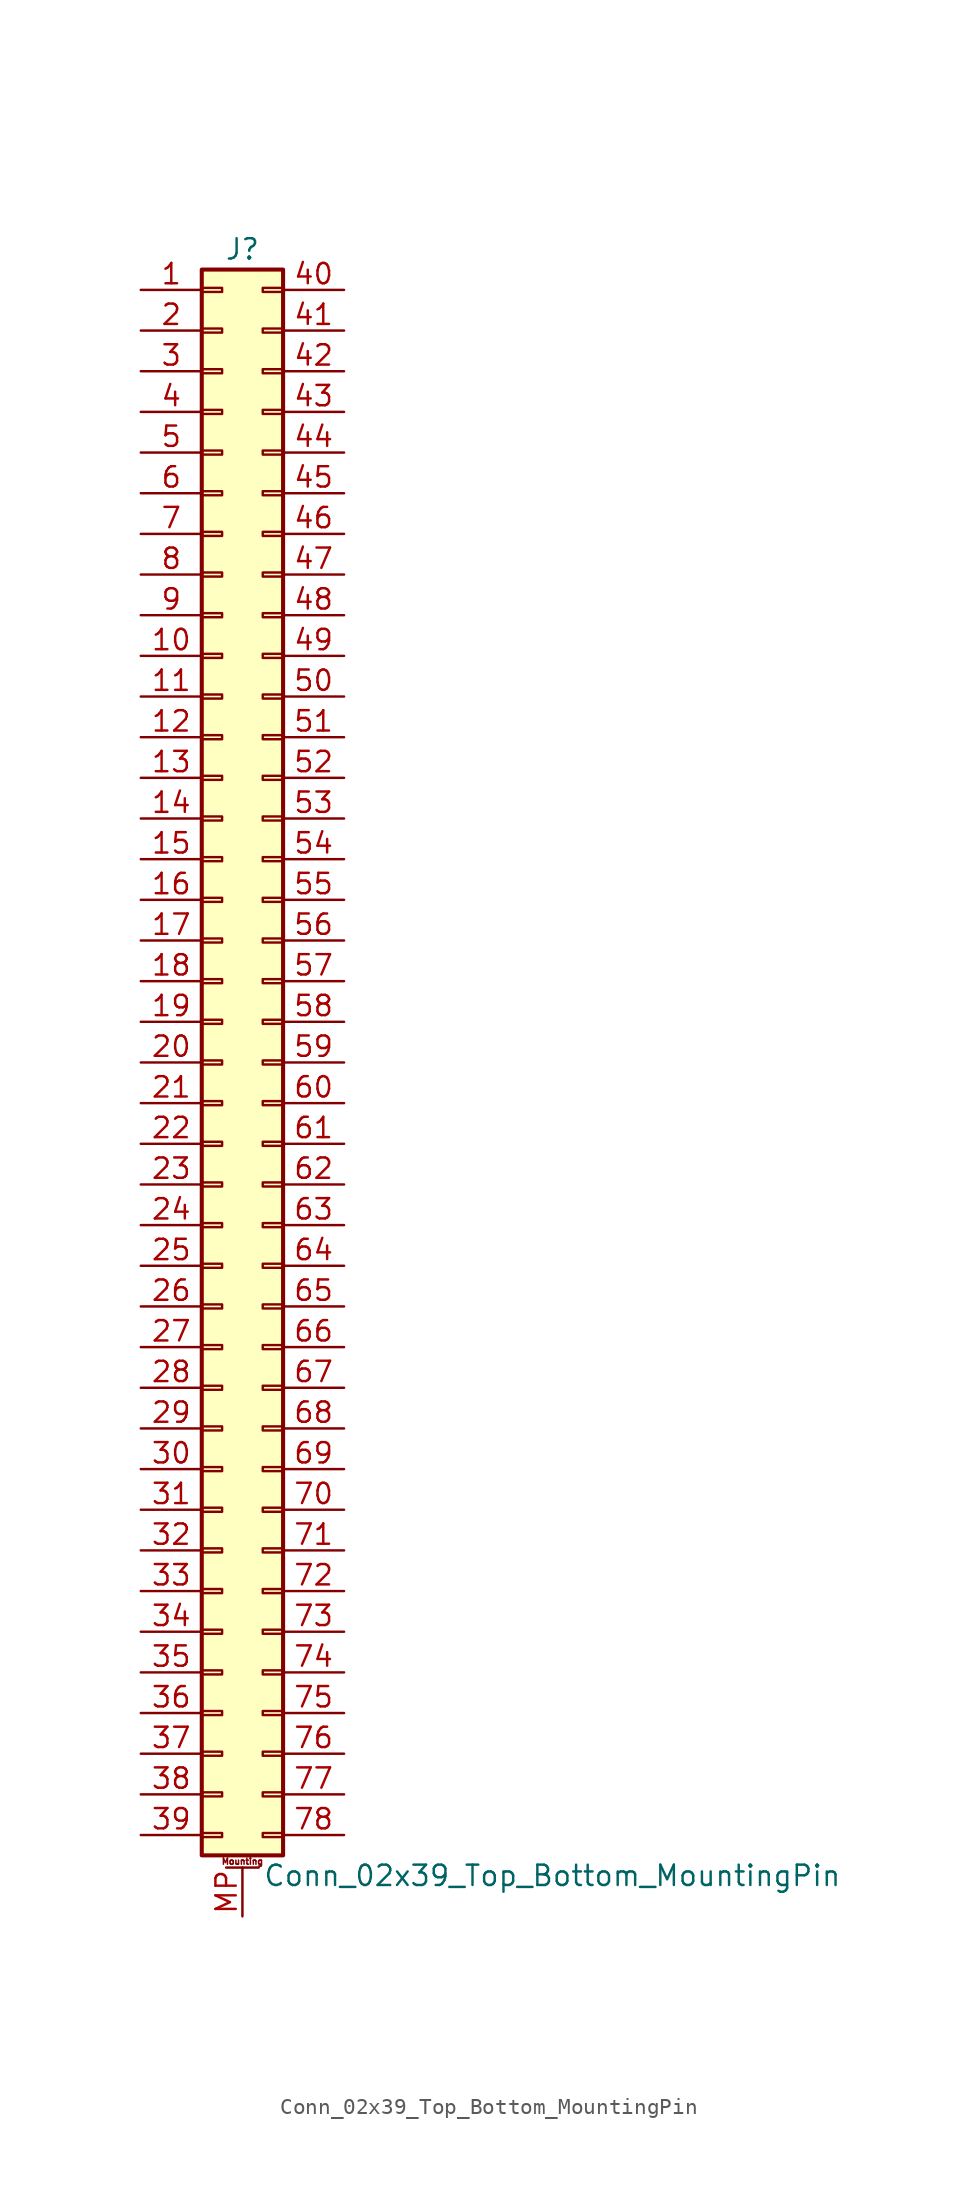
<source format=kicad_sym>
(kicad_symbol_lib
  (version 20201005)
  (generator kicad_symbol_editor)
  (symbol "Connector_Generic_MountingPin:Conn_02x39_Top_Bottom_MountingPin"
    (pin_names
      (offset 1.016) hide)
    (property "Reference" "J"
      (at 1.27 50.8 0)
      (effects (font (size 1.27 1.27))))
    (property "Value" "Conn_02x39_Top_Bottom_MountingPin"
      (at 2.54 -50.8 0)
      (effects (font (size 1.27 1.27)) (justify left)))
    (symbol "Conn_02x39_Top_Bottom_MountingPin_1_1"
      (text "Mounting" (at 1.27 -49.911 0) (effects (font (size 0.381 0.381))))
      (rectangle (start -1.27 -27.813) (end 0 -28.067) (stroke (width 0.152)) (fill (type none)))
      (rectangle (start -1.27 -30.353) (end 0 -30.607) (stroke (width 0.152)) (fill (type none)))
      (rectangle (start -1.27 -32.893) (end 0 -33.147) (stroke (width 0.152)) (fill (type none)))
      (rectangle (start -1.27 -35.433) (end 0 -35.687) (stroke (width 0.152)) (fill (type none)))
      (rectangle (start -1.27 -37.973) (end 0 -38.227) (stroke (width 0.152)) (fill (type none)))
      (rectangle (start -1.27 -40.513) (end 0 -40.767) (stroke (width 0.152)) (fill (type none)))
      (rectangle (start -1.27 -43.053) (end 0 -43.307) (stroke (width 0.152)) (fill (type none)))
      (rectangle (start -1.27 -45.593) (end 0 -45.847) (stroke (width 0.152)) (fill (type none)))
      (rectangle (start -1.27 -48.133) (end 0 -48.387) (stroke (width 0.152)) (fill (type none)))
      (rectangle (start -1.27 -4.953) (end 0 -5.207) (stroke (width 0.152)) (fill (type none)))
      (rectangle (start -1.27 -7.493) (end 0 -7.747) (stroke (width 0.152)) (fill (type none)))
      (rectangle (start -1.27 -10.033) (end 0 -10.287) (stroke (width 0.152)) (fill (type none)))
      (rectangle (start -1.27 -12.573) (end 0 -12.827) (stroke (width 0.152)) (fill (type none)))
      (rectangle (start -1.27 -15.113) (end 0 -15.367) (stroke (width 0.152)) (fill (type none)))
      (rectangle (start -1.27 -17.653) (end 0 -17.907) (stroke (width 0.152)) (fill (type none)))
      (rectangle (start -1.27 -20.193) (end 0 -20.447) (stroke (width 0.152)) (fill (type none)))
      (rectangle (start -1.27 -22.733) (end 0 -22.987) (stroke (width 0.152)) (fill (type none)))
      (rectangle (start -1.27 -2.413) (end 0 -2.667) (stroke (width 0.152)) (fill (type none)))
      (rectangle (start -1.27 -25.273) (end 0 -25.527) (stroke (width 0.152)) (fill (type none)))
      (rectangle (start -1.27 25.527) (end 0 25.273) (stroke (width 0.152)) (fill (type none)))
      (rectangle (start -1.27 2.667) (end 0 2.413) (stroke (width 0.152)) (fill (type none)))
      (rectangle (start -1.27 28.067) (end 0 27.813) (stroke (width 0.152)) (fill (type none)))
      (rectangle (start -1.27 30.607) (end 0 30.353) (stroke (width 0.152)) (fill (type none)))
      (rectangle (start -1.27 33.147) (end 0 32.893) (stroke (width 0.152)) (fill (type none)))
      (rectangle (start -1.27 35.687) (end 0 35.433) (stroke (width 0.152)) (fill (type none)))
      (rectangle (start -1.27 38.227) (end 0 37.973) (stroke (width 0.152)) (fill (type none)))
      (rectangle (start -1.27 40.767) (end 0 40.513) (stroke (width 0.152)) (fill (type none)))
      (rectangle (start -1.27 43.307) (end 0 43.053) (stroke (width 0.152)) (fill (type none)))
      (rectangle (start -1.27 45.847) (end 0 45.593) (stroke (width 0.152)) (fill (type none)))
      (rectangle (start -1.27 48.387) (end 0 48.133) (stroke (width 0.152)) (fill (type none)))
      (rectangle (start -1.27 49.53) (end 3.81 -49.53) (stroke (width 0.254)) (fill (type background)))
      (rectangle (start -1.27 5.207) (end 0 4.953) (stroke (width 0.152)) (fill (type none)))
      (rectangle (start -1.27 7.747) (end 0 7.493) (stroke (width 0.152)) (fill (type none)))
      (rectangle (start -1.27 10.287) (end 0 10.033) (stroke (width 0.152)) (fill (type none)))
      (rectangle (start -1.27 0.127) (end 0 -0.127) (stroke (width 0.152)) (fill (type none)))
      (rectangle (start -1.27 12.827) (end 0 12.573) (stroke (width 0.152)) (fill (type none)))
      (rectangle (start -1.27 15.367) (end 0 15.113) (stroke (width 0.152)) (fill (type none)))
      (rectangle (start -1.27 17.907) (end 0 17.653) (stroke (width 0.152)) (fill (type none)))
      (rectangle (start -1.27 20.447) (end 0 20.193) (stroke (width 0.152)) (fill (type none)))
      (rectangle (start -1.27 22.987) (end 0 22.733) (stroke (width 0.152)) (fill (type none)))
      (rectangle (start 3.81 -27.813) (end 2.54 -28.067) (stroke (width 0.152)) (fill (type none)))
      (rectangle (start 3.81 -30.353) (end 2.54 -30.607) (stroke (width 0.152)) (fill (type none)))
      (rectangle (start 3.81 -32.893) (end 2.54 -33.147) (stroke (width 0.152)) (fill (type none)))
      (rectangle (start 3.81 -35.433) (end 2.54 -35.687) (stroke (width 0.152)) (fill (type none)))
      (rectangle (start 3.81 -37.973) (end 2.54 -38.227) (stroke (width 0.152)) (fill (type none)))
      (rectangle (start 3.81 -40.513) (end 2.54 -40.767) (stroke (width 0.152)) (fill (type none)))
      (rectangle (start 3.81 -43.053) (end 2.54 -43.307) (stroke (width 0.152)) (fill (type none)))
      (rectangle (start 3.81 -45.593) (end 2.54 -45.847) (stroke (width 0.152)) (fill (type none)))
      (rectangle (start 3.81 -48.133) (end 2.54 -48.387) (stroke (width 0.152)) (fill (type none)))
      (rectangle (start 3.81 -4.953) (end 2.54 -5.207) (stroke (width 0.152)) (fill (type none)))
      (rectangle (start 3.81 -7.493) (end 2.54 -7.747) (stroke (width 0.152)) (fill (type none)))
      (rectangle (start 3.81 -10.033) (end 2.54 -10.287) (stroke (width 0.152)) (fill (type none)))
      (rectangle (start 3.81 -12.573) (end 2.54 -12.827) (stroke (width 0.152)) (fill (type none)))
      (rectangle (start 3.81 -15.113) (end 2.54 -15.367) (stroke (width 0.152)) (fill (type none)))
      (rectangle (start 3.81 -17.653) (end 2.54 -17.907) (stroke (width 0.152)) (fill (type none)))
      (rectangle (start 3.81 -20.193) (end 2.54 -20.447) (stroke (width 0.152)) (fill (type none)))
      (rectangle (start 3.81 -22.733) (end 2.54 -22.987) (stroke (width 0.152)) (fill (type none)))
      (rectangle (start 3.81 -2.413) (end 2.54 -2.667) (stroke (width 0.152)) (fill (type none)))
      (rectangle (start 3.81 -25.273) (end 2.54 -25.527) (stroke (width 0.152)) (fill (type none)))
      (rectangle (start 3.81 25.527) (end 2.54 25.273) (stroke (width 0.152)) (fill (type none)))
      (rectangle (start 3.81 2.667) (end 2.54 2.413) (stroke (width 0.152)) (fill (type none)))
      (rectangle (start 3.81 28.067) (end 2.54 27.813) (stroke (width 0.152)) (fill (type none)))
      (rectangle (start 3.81 30.607) (end 2.54 30.353) (stroke (width 0.152)) (fill (type none)))
      (rectangle (start 3.81 33.147) (end 2.54 32.893) (stroke (width 0.152)) (fill (type none)))
      (rectangle (start 3.81 35.687) (end 2.54 35.433) (stroke (width 0.152)) (fill (type none)))
      (rectangle (start 3.81 38.227) (end 2.54 37.973) (stroke (width 0.152)) (fill (type none)))
      (rectangle (start 3.81 40.767) (end 2.54 40.513) (stroke (width 0.152)) (fill (type none)))
      (rectangle (start 3.81 43.307) (end 2.54 43.053) (stroke (width 0.152)) (fill (type none)))
      (rectangle (start 3.81 45.847) (end 2.54 45.593) (stroke (width 0.152)) (fill (type none)))
      (rectangle (start 3.81 48.387) (end 2.54 48.133) (stroke (width 0.152)) (fill (type none)))
      (rectangle (start 3.81 5.207) (end 2.54 4.953) (stroke (width 0.152)) (fill (type none)))
      (rectangle (start 3.81 7.747) (end 2.54 7.493) (stroke (width 0.152)) (fill (type none)))
      (rectangle (start 3.81 10.287) (end 2.54 10.033) (stroke (width 0.152)) (fill (type none)))
      (rectangle (start 3.81 0.127) (end 2.54 -0.127) (stroke (width 0.152)) (fill (type none)))
      (rectangle (start 3.81 12.827) (end 2.54 12.573) (stroke (width 0.152)) (fill (type none)))
      (rectangle (start 3.81 15.367) (end 2.54 15.113) (stroke (width 0.152)) (fill (type none)))
      (rectangle (start 3.81 17.907) (end 2.54 17.653) (stroke (width 0.152)) (fill (type none)))
      (rectangle (start 3.81 20.447) (end 2.54 20.193) (stroke (width 0.152)) (fill (type none)))
      (rectangle (start 3.81 22.987) (end 2.54 22.733) (stroke (width 0.152)) (fill (type none)))
      (polyline (pts (xy 0.254 -50.292) (xy 2.286 -50.292)) (stroke (width 0.152)) (fill (type none)))
      (pin passive line (at 1.27 -53.34 90) (length 3.048) (name "MountPin" (effects (font (size 1.27 1.27)))) (number "MP" (effects (font (size 1.27 1.27)))))
      (pin passive line (at -5.08 48.26 0) (length 3.81) (name "Pin_1" (effects (font (size 1.27 1.27)))) (number "1" (effects (font (size 1.27 1.27)))))
      (pin passive line (at -5.08 25.4 0) (length 3.81) (name "Pin_10" (effects (font (size 1.27 1.27)))) (number "10" (effects (font (size 1.27 1.27)))))
      (pin passive line (at -5.08 22.86 0) (length 3.81) (name "Pin_11" (effects (font (size 1.27 1.27)))) (number "11" (effects (font (size 1.27 1.27)))))
      (pin passive line (at -5.08 20.32 0) (length 3.81) (name "Pin_12" (effects (font (size 1.27 1.27)))) (number "12" (effects (font (size 1.27 1.27)))))
      (pin passive line (at -5.08 17.78 0) (length 3.81) (name "Pin_13" (effects (font (size 1.27 1.27)))) (number "13" (effects (font (size 1.27 1.27)))))
      (pin passive line (at -5.08 15.24 0) (length 3.81) (name "Pin_14" (effects (font (size 1.27 1.27)))) (number "14" (effects (font (size 1.27 1.27)))))
      (pin passive line (at -5.08 12.7 0) (length 3.81) (name "Pin_15" (effects (font (size 1.27 1.27)))) (number "15" (effects (font (size 1.27 1.27)))))
      (pin passive line (at -5.08 10.16 0) (length 3.81) (name "Pin_16" (effects (font (size 1.27 1.27)))) (number "16" (effects (font (size 1.27 1.27)))))
      (pin passive line (at -5.08 7.62 0) (length 3.81) (name "Pin_17" (effects (font (size 1.27 1.27)))) (number "17" (effects (font (size 1.27 1.27)))))
      (pin passive line (at -5.08 5.08 0) (length 3.81) (name "Pin_18" (effects (font (size 1.27 1.27)))) (number "18" (effects (font (size 1.27 1.27)))))
      (pin passive line (at -5.08 2.54 0) (length 3.81) (name "Pin_19" (effects (font (size 1.27 1.27)))) (number "19" (effects (font (size 1.27 1.27)))))
      (pin passive line (at -5.08 45.72 0) (length 3.81) (name "Pin_2" (effects (font (size 1.27 1.27)))) (number "2" (effects (font (size 1.27 1.27)))))
      (pin passive line (at -5.08 0 0) (length 3.81) (name "Pin_20" (effects (font (size 1.27 1.27)))) (number "20" (effects (font (size 1.27 1.27)))))
      (pin passive line (at -5.08 -2.54 0) (length 3.81) (name "Pin_21" (effects (font (size 1.27 1.27)))) (number "21" (effects (font (size 1.27 1.27)))))
      (pin passive line (at -5.08 -5.08 0) (length 3.81) (name "Pin_22" (effects (font (size 1.27 1.27)))) (number "22" (effects (font (size 1.27 1.27)))))
      (pin passive line (at -5.08 -7.62 0) (length 3.81) (name "Pin_23" (effects (font (size 1.27 1.27)))) (number "23" (effects (font (size 1.27 1.27)))))
      (pin passive line (at -5.08 -10.16 0) (length 3.81) (name "Pin_24" (effects (font (size 1.27 1.27)))) (number "24" (effects (font (size 1.27 1.27)))))
      (pin passive line (at -5.08 -12.7 0) (length 3.81) (name "Pin_25" (effects (font (size 1.27 1.27)))) (number "25" (effects (font (size 1.27 1.27)))))
      (pin passive line (at -5.08 -15.24 0) (length 3.81) (name "Pin_26" (effects (font (size 1.27 1.27)))) (number "26" (effects (font (size 1.27 1.27)))))
      (pin passive line (at -5.08 -17.78 0) (length 3.81) (name "Pin_27" (effects (font (size 1.27 1.27)))) (number "27" (effects (font (size 1.27 1.27)))))
      (pin passive line (at -5.08 -20.32 0) (length 3.81) (name "Pin_28" (effects (font (size 1.27 1.27)))) (number "28" (effects (font (size 1.27 1.27)))))
      (pin passive line (at -5.08 -22.86 0) (length 3.81) (name "Pin_29" (effects (font (size 1.27 1.27)))) (number "29" (effects (font (size 1.27 1.27)))))
      (pin passive line (at -5.08 43.18 0) (length 3.81) (name "Pin_3" (effects (font (size 1.27 1.27)))) (number "3" (effects (font (size 1.27 1.27)))))
      (pin passive line (at -5.08 -25.4 0) (length 3.81) (name "Pin_30" (effects (font (size 1.27 1.27)))) (number "30" (effects (font (size 1.27 1.27)))))
      (pin passive line (at -5.08 -27.94 0) (length 3.81) (name "Pin_31" (effects (font (size 1.27 1.27)))) (number "31" (effects (font (size 1.27 1.27)))))
      (pin passive line (at -5.08 -30.48 0) (length 3.81) (name "Pin_32" (effects (font (size 1.27 1.27)))) (number "32" (effects (font (size 1.27 1.27)))))
      (pin passive line (at -5.08 -33.02 0) (length 3.81) (name "Pin_33" (effects (font (size 1.27 1.27)))) (number "33" (effects (font (size 1.27 1.27)))))
      (pin passive line (at -5.08 -35.56 0) (length 3.81) (name "Pin_34" (effects (font (size 1.27 1.27)))) (number "34" (effects (font (size 1.27 1.27)))))
      (pin passive line (at -5.08 -38.1 0) (length 3.81) (name "Pin_35" (effects (font (size 1.27 1.27)))) (number "35" (effects (font (size 1.27 1.27)))))
      (pin passive line (at -5.08 -40.64 0) (length 3.81) (name "Pin_36" (effects (font (size 1.27 1.27)))) (number "36" (effects (font (size 1.27 1.27)))))
      (pin passive line (at -5.08 -43.18 0) (length 3.81) (name "Pin_37" (effects (font (size 1.27 1.27)))) (number "37" (effects (font (size 1.27 1.27)))))
      (pin passive line (at -5.08 -45.72 0) (length 3.81) (name "Pin_38" (effects (font (size 1.27 1.27)))) (number "38" (effects (font (size 1.27 1.27)))))
      (pin passive line (at -5.08 -48.26 0) (length 3.81) (name "Pin_39" (effects (font (size 1.27 1.27)))) (number "39" (effects (font (size 1.27 1.27)))))
      (pin passive line (at -5.08 40.64 0) (length 3.81) (name "Pin_4" (effects (font (size 1.27 1.27)))) (number "4" (effects (font (size 1.27 1.27)))))
      (pin passive line (at 7.62 48.26 180) (length 3.81) (name "Pin_40" (effects (font (size 1.27 1.27)))) (number "40" (effects (font (size 1.27 1.27)))))
      (pin passive line (at 7.62 45.72 180) (length 3.81) (name "Pin_41" (effects (font (size 1.27 1.27)))) (number "41" (effects (font (size 1.27 1.27)))))
      (pin passive line (at 7.62 43.18 180) (length 3.81) (name "Pin_42" (effects (font (size 1.27 1.27)))) (number "42" (effects (font (size 1.27 1.27)))))
      (pin passive line (at 7.62 40.64 180) (length 3.81) (name "Pin_43" (effects (font (size 1.27 1.27)))) (number "43" (effects (font (size 1.27 1.27)))))
      (pin passive line (at 7.62 38.1 180) (length 3.81) (name "Pin_44" (effects (font (size 1.27 1.27)))) (number "44" (effects (font (size 1.27 1.27)))))
      (pin passive line (at 7.62 35.56 180) (length 3.81) (name "Pin_45" (effects (font (size 1.27 1.27)))) (number "45" (effects (font (size 1.27 1.27)))))
      (pin passive line (at 7.62 33.02 180) (length 3.81) (name "Pin_46" (effects (font (size 1.27 1.27)))) (number "46" (effects (font (size 1.27 1.27)))))
      (pin passive line (at 7.62 30.48 180) (length 3.81) (name "Pin_47" (effects (font (size 1.27 1.27)))) (number "47" (effects (font (size 1.27 1.27)))))
      (pin passive line (at 7.62 27.94 180) (length 3.81) (name "Pin_48" (effects (font (size 1.27 1.27)))) (number "48" (effects (font (size 1.27 1.27)))))
      (pin passive line (at 7.62 25.4 180) (length 3.81) (name "Pin_49" (effects (font (size 1.27 1.27)))) (number "49" (effects (font (size 1.27 1.27)))))
      (pin passive line (at -5.08 38.1 0) (length 3.81) (name "Pin_5" (effects (font (size 1.27 1.27)))) (number "5" (effects (font (size 1.27 1.27)))))
      (pin passive line (at 7.62 22.86 180) (length 3.81) (name "Pin_50" (effects (font (size 1.27 1.27)))) (number "50" (effects (font (size 1.27 1.27)))))
      (pin passive line (at 7.62 20.32 180) (length 3.81) (name "Pin_51" (effects (font (size 1.27 1.27)))) (number "51" (effects (font (size 1.27 1.27)))))
      (pin passive line (at 7.62 17.78 180) (length 3.81) (name "Pin_52" (effects (font (size 1.27 1.27)))) (number "52" (effects (font (size 1.27 1.27)))))
      (pin passive line (at 7.62 15.24 180) (length 3.81) (name "Pin_53" (effects (font (size 1.27 1.27)))) (number "53" (effects (font (size 1.27 1.27)))))
      (pin passive line (at 7.62 12.7 180) (length 3.81) (name "Pin_54" (effects (font (size 1.27 1.27)))) (number "54" (effects (font (size 1.27 1.27)))))
      (pin passive line (at 7.62 10.16 180) (length 3.81) (name "Pin_55" (effects (font (size 1.27 1.27)))) (number "55" (effects (font (size 1.27 1.27)))))
      (pin passive line (at 7.62 7.62 180) (length 3.81) (name "Pin_56" (effects (font (size 1.27 1.27)))) (number "56" (effects (font (size 1.27 1.27)))))
      (pin passive line (at 7.62 5.08 180) (length 3.81) (name "Pin_57" (effects (font (size 1.27 1.27)))) (number "57" (effects (font (size 1.27 1.27)))))
      (pin passive line (at 7.62 2.54 180) (length 3.81) (name "Pin_58" (effects (font (size 1.27 1.27)))) (number "58" (effects (font (size 1.27 1.27)))))
      (pin passive line (at 7.62 0 180) (length 3.81) (name "Pin_59" (effects (font (size 1.27 1.27)))) (number "59" (effects (font (size 1.27 1.27)))))
      (pin passive line (at -5.08 35.56 0) (length 3.81) (name "Pin_6" (effects (font (size 1.27 1.27)))) (number "6" (effects (font (size 1.27 1.27)))))
      (pin passive line (at 7.62 -2.54 180) (length 3.81) (name "Pin_60" (effects (font (size 1.27 1.27)))) (number "60" (effects (font (size 1.27 1.27)))))
      (pin passive line (at 7.62 -5.08 180) (length 3.81) (name "Pin_61" (effects (font (size 1.27 1.27)))) (number "61" (effects (font (size 1.27 1.27)))))
      (pin passive line (at 7.62 -7.62 180) (length 3.81) (name "Pin_62" (effects (font (size 1.27 1.27)))) (number "62" (effects (font (size 1.27 1.27)))))
      (pin passive line (at 7.62 -10.16 180) (length 3.81) (name "Pin_63" (effects (font (size 1.27 1.27)))) (number "63" (effects (font (size 1.27 1.27)))))
      (pin passive line (at 7.62 -12.7 180) (length 3.81) (name "Pin_64" (effects (font (size 1.27 1.27)))) (number "64" (effects (font (size 1.27 1.27)))))
      (pin passive line (at 7.62 -15.24 180) (length 3.81) (name "Pin_65" (effects (font (size 1.27 1.27)))) (number "65" (effects (font (size 1.27 1.27)))))
      (pin passive line (at 7.62 -17.78 180) (length 3.81) (name "Pin_66" (effects (font (size 1.27 1.27)))) (number "66" (effects (font (size 1.27 1.27)))))
      (pin passive line (at 7.62 -20.32 180) (length 3.81) (name "Pin_67" (effects (font (size 1.27 1.27)))) (number "67" (effects (font (size 1.27 1.27)))))
      (pin passive line (at 7.62 -22.86 180) (length 3.81) (name "Pin_68" (effects (font (size 1.27 1.27)))) (number "68" (effects (font (size 1.27 1.27)))))
      (pin passive line (at 7.62 -25.4 180) (length 3.81) (name "Pin_69" (effects (font (size 1.27 1.27)))) (number "69" (effects (font (size 1.27 1.27)))))
      (pin passive line (at -5.08 33.02 0) (length 3.81) (name "Pin_7" (effects (font (size 1.27 1.27)))) (number "7" (effects (font (size 1.27 1.27)))))
      (pin passive line (at 7.62 -27.94 180) (length 3.81) (name "Pin_70" (effects (font (size 1.27 1.27)))) (number "70" (effects (font (size 1.27 1.27)))))
      (pin passive line (at 7.62 -30.48 180) (length 3.81) (name "Pin_71" (effects (font (size 1.27 1.27)))) (number "71" (effects (font (size 1.27 1.27)))))
      (pin passive line (at 7.62 -33.02 180) (length 3.81) (name "Pin_72" (effects (font (size 1.27 1.27)))) (number "72" (effects (font (size 1.27 1.27)))))
      (pin passive line (at 7.62 -35.56 180) (length 3.81) (name "Pin_73" (effects (font (size 1.27 1.27)))) (number "73" (effects (font (size 1.27 1.27)))))
      (pin passive line (at 7.62 -38.1 180) (length 3.81) (name "Pin_74" (effects (font (size 1.27 1.27)))) (number "74" (effects (font (size 1.27 1.27)))))
      (pin passive line (at 7.62 -40.64 180) (length 3.81) (name "Pin_75" (effects (font (size 1.27 1.27)))) (number "75" (effects (font (size 1.27 1.27)))))
      (pin passive line (at 7.62 -43.18 180) (length 3.81) (name "Pin_76" (effects (font (size 1.27 1.27)))) (number "76" (effects (font (size 1.27 1.27)))))
      (pin passive line (at 7.62 -45.72 180) (length 3.81) (name "Pin_77" (effects (font (size 1.27 1.27)))) (number "77" (effects (font (size 1.27 1.27)))))
      (pin passive line (at 7.62 -48.26 180) (length 3.81) (name "Pin_78" (effects (font (size 1.27 1.27)))) (number "78" (effects (font (size 1.27 1.27)))))
      (pin passive line (at -5.08 30.48 0) (length 3.81) (name "Pin_8" (effects (font (size 1.27 1.27)))) (number "8" (effects (font (size 1.27 1.27)))))
      (pin passive line (at -5.08 27.94 0) (length 3.81) (name "Pin_9" (effects (font (size 1.27 1.27)))) (number "9" (effects (font (size 1.27 1.27))))))))
</source>
